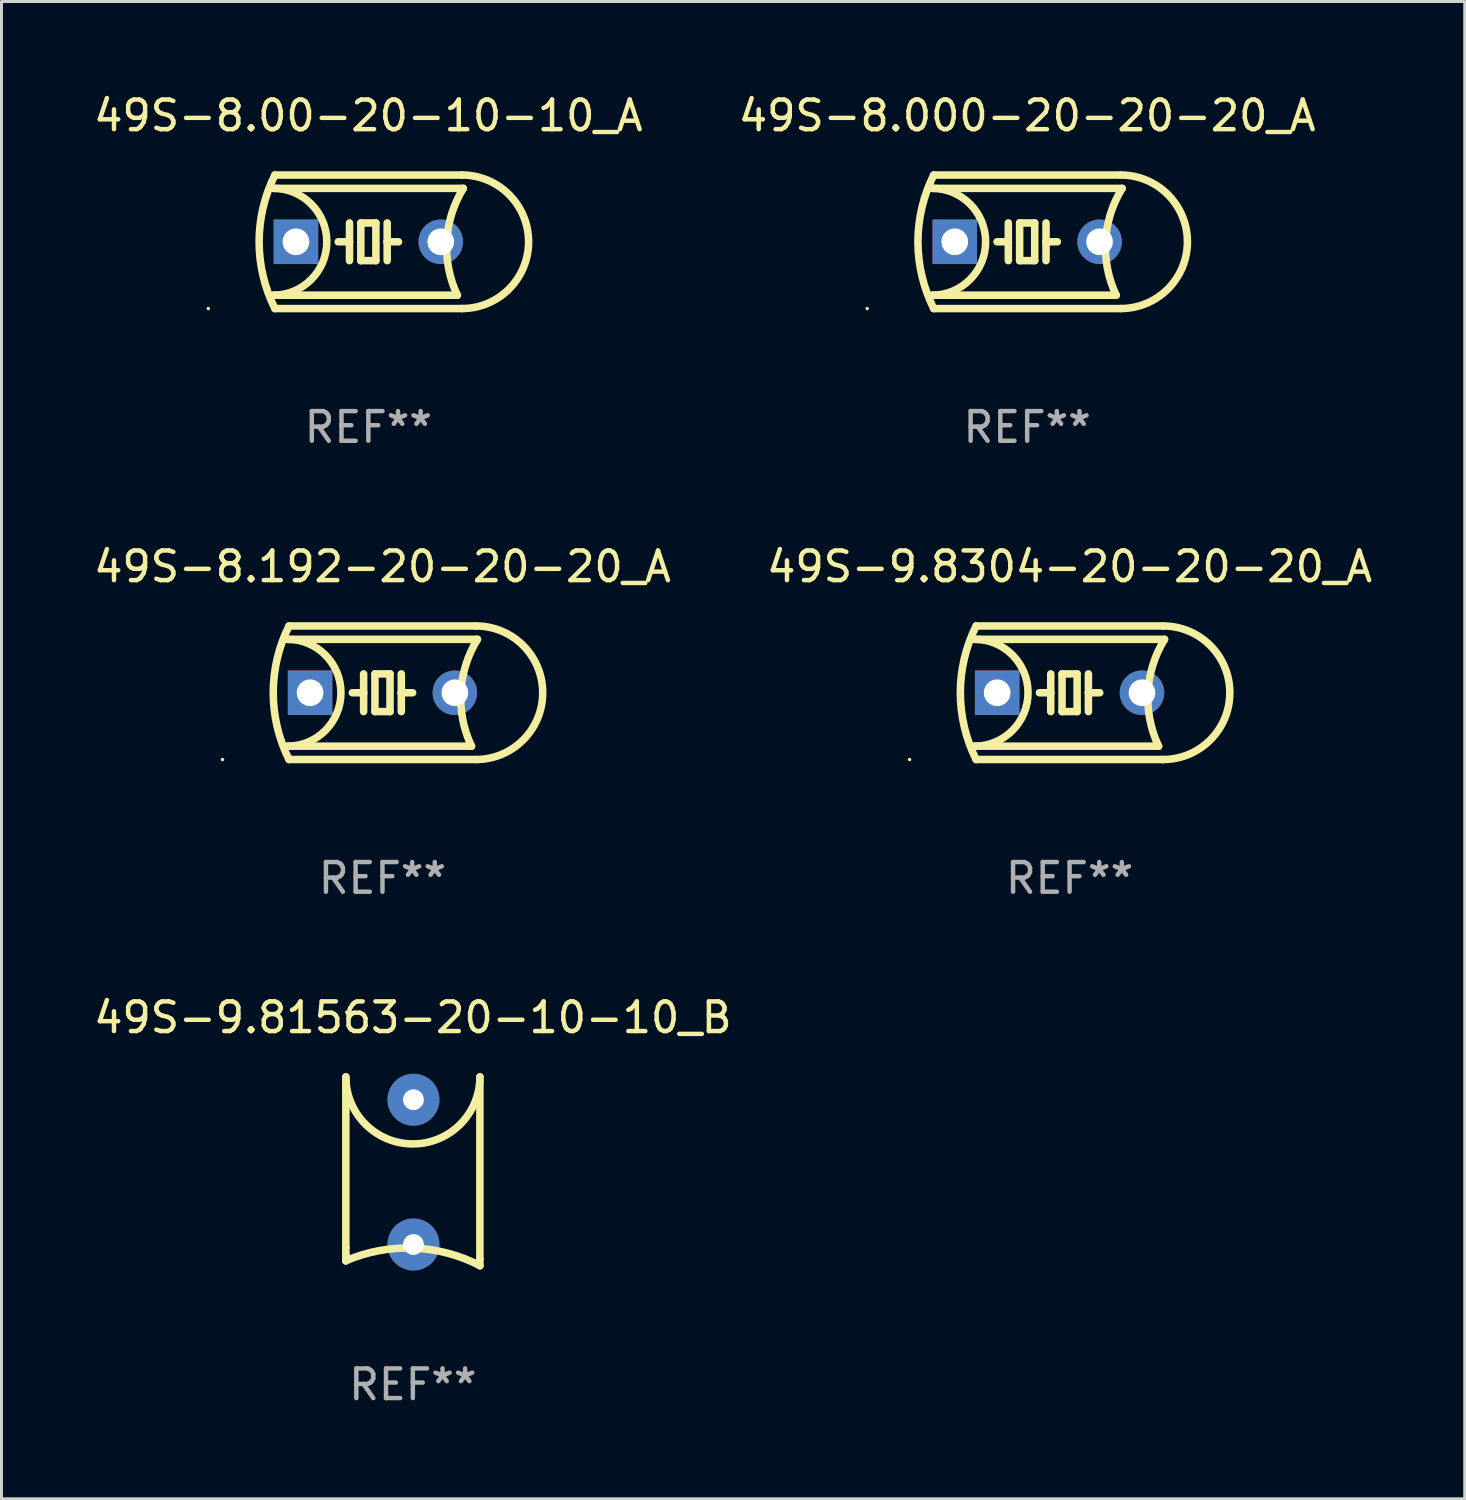
<source format=kicad_pcb>
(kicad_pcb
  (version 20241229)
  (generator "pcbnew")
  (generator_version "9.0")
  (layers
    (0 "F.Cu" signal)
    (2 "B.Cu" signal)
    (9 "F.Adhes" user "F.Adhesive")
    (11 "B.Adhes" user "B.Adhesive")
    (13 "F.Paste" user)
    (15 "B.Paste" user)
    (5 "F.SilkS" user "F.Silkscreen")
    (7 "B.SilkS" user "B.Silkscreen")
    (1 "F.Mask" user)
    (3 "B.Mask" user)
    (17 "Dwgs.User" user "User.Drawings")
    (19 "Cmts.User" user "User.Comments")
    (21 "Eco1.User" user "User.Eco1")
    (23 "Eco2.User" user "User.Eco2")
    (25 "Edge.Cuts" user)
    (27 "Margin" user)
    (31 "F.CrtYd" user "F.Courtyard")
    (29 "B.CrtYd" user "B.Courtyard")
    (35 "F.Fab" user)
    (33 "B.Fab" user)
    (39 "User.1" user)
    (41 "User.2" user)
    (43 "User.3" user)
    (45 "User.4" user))
  (footprint "49S-9.8304-20-20-20_A"
    (layer "F.Cu")
    (at 32.994 20.295)
    (property "Reference" "49S-9.8304-20-20-20_A" (at 0 -4.25 0) (layer "F.SilkS") (effects (font (size 1 1) (thickness 0.15))))
    (attr through_hole)
    (fp_line (start -3.2 -1.8) (end 3.2 -1.8) (stroke (width 0.254) (type solid)) (layer "F.SilkS"))
    (fp_line (start -3.15 2.25) (end 3.15 2.25) (stroke (width 0.254) (type solid)) (layer "F.SilkS"))
    (fp_line (start -0.635 -0.635) (end -0.635 0) (stroke (width 0.254) (type solid)) (layer "F.SilkS"))
    (fp_line (start -0.635 0) (end -1.016 0) (stroke (width 0.254) (type solid)) (layer "F.SilkS"))
    (fp_line (start -0.635 0) (end -0.635 0.635) (stroke (width 0.254) (type solid)) (layer "F.SilkS"))
    (fp_line (start -0.254 -0.635) (end -0.254 0.635) (stroke (width 0.254) (type solid)) (layer "F.SilkS"))
    (fp_line (start -0.254 0.635) (end 0.254 0.635) (stroke (width 0.254) (type solid)) (layer "F.SilkS"))
    (fp_line (start 0.254 -0.635) (end -0.254 -0.635) (stroke (width 0.254) (type solid)) (layer "F.SilkS"))
    (fp_line (start 0.254 0.635) (end 0.254 -0.635) (stroke (width 0.254) (type solid)) (layer "F.SilkS"))
    (fp_line (start 0.635 -0.635) (end 0.635 0) (stroke (width 0.254) (type solid)) (layer "F.SilkS"))
    (fp_line (start 0.635 0) (end 0.635 0.635) (stroke (width 0.254) (type solid)) (layer "F.SilkS"))
    (fp_line (start 0.635 0) (end 1.016 0) (stroke (width 0.254) (type solid)) (layer "F.SilkS"))
    (fp_line (start 3 1.8) (end -3.2 1.8) (stroke (width 0.254) (type solid)) (layer "F.SilkS"))
    (fp_line (start 3.15 -2.25) (end -3.15 -2.25) (stroke (width 0.254) (type solid)) (layer "F.SilkS"))
    (fp_arc (start -3.200406 -1.800864) (mid -1.399974 -0.000635) (end -3.2 1.8) (stroke (width 0.254001) (type solid)) (layer "F.SilkS"))
    (fp_arc (start -3.149606 2.250444) (mid -3.680941 0.000261) (end -3.149987 -2.250013) (stroke (width 0.254001) (type solid)) (layer "F.SilkS"))
    (fp_arc (start 2.999746 1.800863) (mid 2.642982 -0.024977) (end 3.2 -1.8) (stroke (width 0.254001) (type solid)) (layer "F.SilkS"))
    (fp_arc (start 3.149607 -2.250445) (mid 5.399848 -0.000406) (end 3.149987 2.250013) (stroke (width 0.254001) (type solid)) (layer "F.SilkS"))
    (fp_circle (center -5.392 2.25) (end -5.362 2.25) (stroke (width 0.06) (type solid)) (fill no) (layer "F.SilkS"))
    (fp_text user "REF**" (at 0 6.25 0) (layer "F.Fab") (effects (font (size 1 1) (thickness 0.15))))
    (pad "1" thru_hole rect (at -2.44 0) (size 1.5 1.5) (drill 0.9) (layers "*.Cu" "*.Mask"))
    (pad "2" thru_hole circle (at 2.44 0) (size 1.5 1.5) (drill 0.9) (layers "*.Cu" "*.Mask")))
  (footprint "49S-8.000-20-20-20_A"
    (layer "F.Cu")
    (at 31.565 5.098)
    (property "Reference" "49S-8.000-20-20-20_A" (at 0 -4.25 0) (layer "F.SilkS") (effects (font (size 1 1) (thickness 0.15))))
    (attr through_hole)
    (fp_line (start -3.2 -1.8) (end 3.2 -1.8) (stroke (width 0.254) (type solid)) (layer "F.SilkS"))
    (fp_line (start -3.15 2.25) (end 3.15 2.25) (stroke (width 0.254) (type solid)) (layer "F.SilkS"))
    (fp_line (start -0.635 -0.635) (end -0.635 0) (stroke (width 0.254) (type solid)) (layer "F.SilkS"))
    (fp_line (start -0.635 0) (end -1.016 0) (stroke (width 0.254) (type solid)) (layer "F.SilkS"))
    (fp_line (start -0.635 0) (end -0.635 0.635) (stroke (width 0.254) (type solid)) (layer "F.SilkS"))
    (fp_line (start -0.254 -0.635) (end -0.254 0.635) (stroke (width 0.254) (type solid)) (layer "F.SilkS"))
    (fp_line (start -0.254 0.635) (end 0.254 0.635) (stroke (width 0.254) (type solid)) (layer "F.SilkS"))
    (fp_line (start 0.254 -0.635) (end -0.254 -0.635) (stroke (width 0.254) (type solid)) (layer "F.SilkS"))
    (fp_line (start 0.254 0.635) (end 0.254 -0.635) (stroke (width 0.254) (type solid)) (layer "F.SilkS"))
    (fp_line (start 0.635 -0.635) (end 0.635 0) (stroke (width 0.254) (type solid)) (layer "F.SilkS"))
    (fp_line (start 0.635 0) (end 0.635 0.635) (stroke (width 0.254) (type solid)) (layer "F.SilkS"))
    (fp_line (start 0.635 0) (end 1.016 0) (stroke (width 0.254) (type solid)) (layer "F.SilkS"))
    (fp_line (start 3 1.8) (end -3.2 1.8) (stroke (width 0.254) (type solid)) (layer "F.SilkS"))
    (fp_line (start 3.15 -2.25) (end -3.15 -2.25) (stroke (width 0.254) (type solid)) (layer "F.SilkS"))
    (fp_arc (start -3.200406 -1.800864) (mid -1.399974 -0.000635) (end -3.2 1.8) (stroke (width 0.254001) (type solid)) (layer "F.SilkS"))
    (fp_arc (start -3.149606 2.250444) (mid -3.680941 0.000261) (end -3.149987 -2.250013) (stroke (width 0.254001) (type solid)) (layer "F.SilkS"))
    (fp_arc (start 2.999746 1.800863) (mid 2.642982 -0.024977) (end 3.2 -1.8) (stroke (width 0.254001) (type solid)) (layer "F.SilkS"))
    (fp_arc (start 3.149607 -2.250445) (mid 5.399848 -0.000406) (end 3.149987 2.250013) (stroke (width 0.254001) (type solid)) (layer "F.SilkS"))
    (fp_circle (center -5.392 2.25) (end -5.362 2.25) (stroke (width 0.06) (type solid)) (fill no) (layer "F.SilkS"))
    (fp_text user "REF**" (at 0 6.25 0) (layer "F.Fab") (effects (font (size 1 1) (thickness 0.15))))
    (pad "1" thru_hole rect (at -2.44 0) (size 1.5 1.5) (drill 0.9) (layers "*.Cu" "*.Mask"))
    (pad "2" thru_hole circle (at 2.44 0) (size 1.5 1.5) (drill 0.9) (layers "*.Cu" "*.Mask")))
  (footprint "49S-8.192-20-20-20_A"
    (layer "F.Cu")
    (at 9.839 20.295)
    (property "Reference" "49S-8.192-20-20-20_A" (at 0 -4.25 0) (layer "F.SilkS") (effects (font (size 1 1) (thickness 0.15))))
    (attr through_hole)
    (fp_line (start -3.2 -1.8) (end 3.2 -1.8) (stroke (width 0.254) (type solid)) (layer "F.SilkS"))
    (fp_line (start -3.15 2.25) (end 3.15 2.25) (stroke (width 0.254) (type solid)) (layer "F.SilkS"))
    (fp_line (start -0.635 -0.635) (end -0.635 0) (stroke (width 0.254) (type solid)) (layer "F.SilkS"))
    (fp_line (start -0.635 0) (end -1.016 0) (stroke (width 0.254) (type solid)) (layer "F.SilkS"))
    (fp_line (start -0.635 0) (end -0.635 0.635) (stroke (width 0.254) (type solid)) (layer "F.SilkS"))
    (fp_line (start -0.254 -0.635) (end -0.254 0.635) (stroke (width 0.254) (type solid)) (layer "F.SilkS"))
    (fp_line (start -0.254 0.635) (end 0.254 0.635) (stroke (width 0.254) (type solid)) (layer "F.SilkS"))
    (fp_line (start 0.254 -0.635) (end -0.254 -0.635) (stroke (width 0.254) (type solid)) (layer "F.SilkS"))
    (fp_line (start 0.254 0.635) (end 0.254 -0.635) (stroke (width 0.254) (type solid)) (layer "F.SilkS"))
    (fp_line (start 0.635 -0.635) (end 0.635 0) (stroke (width 0.254) (type solid)) (layer "F.SilkS"))
    (fp_line (start 0.635 0) (end 0.635 0.635) (stroke (width 0.254) (type solid)) (layer "F.SilkS"))
    (fp_line (start 0.635 0) (end 1.016 0) (stroke (width 0.254) (type solid)) (layer "F.SilkS"))
    (fp_line (start 3 1.8) (end -3.2 1.8) (stroke (width 0.254) (type solid)) (layer "F.SilkS"))
    (fp_line (start 3.15 -2.25) (end -3.15 -2.25) (stroke (width 0.254) (type solid)) (layer "F.SilkS"))
    (fp_arc (start -3.200406 -1.800864) (mid -1.399974 -0.000635) (end -3.2 1.8) (stroke (width 0.254001) (type solid)) (layer "F.SilkS"))
    (fp_arc (start -3.149606 2.250444) (mid -3.680941 0.000261) (end -3.149987 -2.250013) (stroke (width 0.254001) (type solid)) (layer "F.SilkS"))
    (fp_arc (start 2.999746 1.800863) (mid 2.642982 -0.024977) (end 3.2 -1.8) (stroke (width 0.254001) (type solid)) (layer "F.SilkS"))
    (fp_arc (start 3.149607 -2.250445) (mid 5.399848 -0.000406) (end 3.149987 2.250013) (stroke (width 0.254001) (type solid)) (layer "F.SilkS"))
    (fp_circle (center -5.392 2.25) (end -5.362 2.25) (stroke (width 0.06) (type solid)) (fill no) (layer "F.SilkS"))
    (fp_text user "REF**" (at 0 6.25 0) (layer "F.Fab") (effects (font (size 1 1) (thickness 0.15))))
    (pad "1" thru_hole rect (at -2.44 0) (size 1.5 1.5) (drill 0.9) (layers "*.Cu" "*.Mask"))
    (pad "2" thru_hole circle (at 2.44 0) (size 1.5 1.5) (drill 0.9) (layers "*.Cu" "*.Mask")))
  (footprint "49S-8.00-20-10-10_A"
    (layer "F.Cu")
    (at 9.363 5.098)
    (property "Reference" "49S-8.00-20-10-10_A" (at 0 -4.25 0) (layer "F.SilkS") (effects (font (size 1 1) (thickness 0.15))))
    (attr through_hole)
    (fp_line (start -3.2 -1.8) (end 3.2 -1.8) (stroke (width 0.254) (type solid)) (layer "F.SilkS"))
    (fp_line (start -3.15 2.25) (end 3.15 2.25) (stroke (width 0.254) (type solid)) (layer "F.SilkS"))
    (fp_line (start -0.635 -0.635) (end -0.635 0) (stroke (width 0.254) (type solid)) (layer "F.SilkS"))
    (fp_line (start -0.635 0) (end -1.016 0) (stroke (width 0.254) (type solid)) (layer "F.SilkS"))
    (fp_line (start -0.635 0) (end -0.635 0.635) (stroke (width 0.254) (type solid)) (layer "F.SilkS"))
    (fp_line (start -0.254 -0.635) (end -0.254 0.635) (stroke (width 0.254) (type solid)) (layer "F.SilkS"))
    (fp_line (start -0.254 0.635) (end 0.254 0.635) (stroke (width 0.254) (type solid)) (layer "F.SilkS"))
    (fp_line (start 0.254 -0.635) (end -0.254 -0.635) (stroke (width 0.254) (type solid)) (layer "F.SilkS"))
    (fp_line (start 0.254 0.635) (end 0.254 -0.635) (stroke (width 0.254) (type solid)) (layer "F.SilkS"))
    (fp_line (start 0.635 -0.635) (end 0.635 0) (stroke (width 0.254) (type solid)) (layer "F.SilkS"))
    (fp_line (start 0.635 0) (end 0.635 0.635) (stroke (width 0.254) (type solid)) (layer "F.SilkS"))
    (fp_line (start 0.635 0) (end 1.016 0) (stroke (width 0.254) (type solid)) (layer "F.SilkS"))
    (fp_line (start 3 1.8) (end -3.2 1.8) (stroke (width 0.254) (type solid)) (layer "F.SilkS"))
    (fp_line (start 3.15 -2.25) (end -3.15 -2.25) (stroke (width 0.254) (type solid)) (layer "F.SilkS"))
    (fp_arc (start -3.200406 -1.800864) (mid -1.399974 -0.000635) (end -3.2 1.8) (stroke (width 0.254001) (type solid)) (layer "F.SilkS"))
    (fp_arc (start -3.149606 2.250444) (mid -3.680941 0.000261) (end -3.149987 -2.250013) (stroke (width 0.254001) (type solid)) (layer "F.SilkS"))
    (fp_arc (start 2.999746 1.800863) (mid 2.642982 -0.024977) (end 3.2 -1.8) (stroke (width 0.254001) (type solid)) (layer "F.SilkS"))
    (fp_arc (start 3.149607 -2.250445) (mid 5.399848 -0.000406) (end 3.149987 2.250013) (stroke (width 0.254001) (type solid)) (layer "F.SilkS"))
    (fp_circle (center -5.392 2.25) (end -5.362 2.25) (stroke (width 0.06) (type solid)) (fill no) (layer "F.SilkS"))
    (fp_text user "REF**" (at 0 6.25 0) (layer "F.Fab") (effects (font (size 1 1) (thickness 0.15))))
    (pad "1" thru_hole rect (at -2.44 0) (size 1.5 1.5) (drill 0.9) (layers "*.Cu" "*.Mask"))
    (pad "2" thru_hole circle (at 2.44 0) (size 1.5 1.5) (drill 0.9) (layers "*.Cu" "*.Mask")))
  (footprint "49S-9.81563-20-10-10_B"
    (layer "F.Cu")
    (at 10.863 36.425)
    (property "Reference" "49S-9.81563-20-10-10_B" (at 0 -5.184 0) (layer "F.SilkS") (effects (font (size 1 1) (thickness 0.15))))
    (attr through_hole)
    (fp_line (start -2.259 -3.184) (end -2.259 2.566) (stroke (width 0.254) (type solid)) (layer "F.SilkS"))
    (fp_line (start -2.259 2.566) (end -2.259 2.802) (stroke (width 0.254) (type solid)) (layer "F.SilkS"))
    (fp_line (start -2.259 2.802) (end -2.259 3.02) (stroke (width 0.254) (type solid)) (layer "F.SilkS"))
    (fp_line (start 2.259 -3.184) (end 2.259 2.966) (stroke (width 0.254) (type solid)) (layer "F.SilkS"))
    (fp_line (start 2.259 2.966) (end 2.259 3.184) (stroke (width 0.254) (type solid)) (layer "F.SilkS"))
    (fp_arc (start -2.257976 3.011417) (mid 0.019154 2.585575) (end 2.259601 3.174689) (stroke (width 0.254001) (type solid)) (layer "F.SilkS"))
    (fp_arc (start 2.258966 -3.184061) (mid 0.000495 -0.925616) (end -2.25795 -3.184087) (stroke (width 0.254001) (type solid)) (layer "F.SilkS"))
    (fp_circle (center -2.23 -5.365) (end -2.2 -5.365) (stroke (width 0.06) (type solid)) (fill no) (layer "F.SilkS"))
    (fp_text user "REF**" (at 0 7.184 0) (layer "F.Fab") (effects (font (size 1 1) (thickness 0.15))))
    (pad "1" thru_hole circle (at 0.02 -2.416) (size 1.75 1.75) (drill 0.7) (layers "*.Cu" "*.Mask"))
    (pad "2" thru_hole circle (at 0.02 2.464) (size 1.75 1.75) (drill 0.7) (layers "*.Cu" "*.Mask")))
  (gr_rect
    (start -3 -3)
    (end 46.31 47.458)
    (stroke (width 0.1) (type default))
    (fill no)
    (layer "Edge.Cuts")))
</source>
